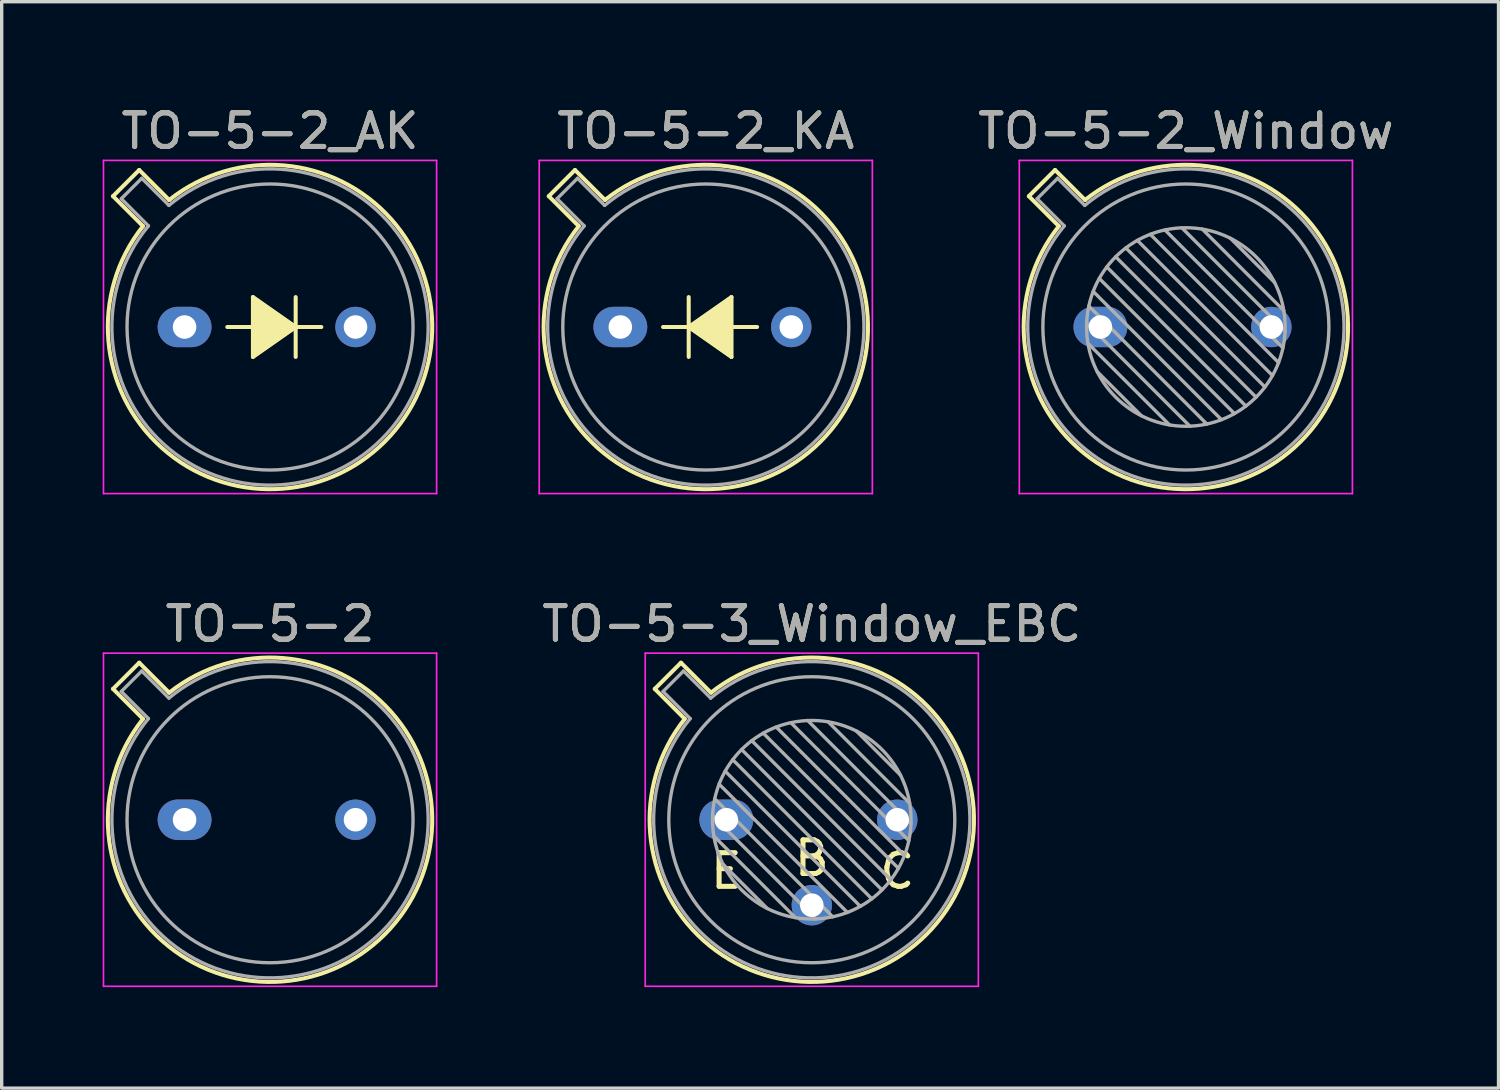
<source format=kicad_pcb>
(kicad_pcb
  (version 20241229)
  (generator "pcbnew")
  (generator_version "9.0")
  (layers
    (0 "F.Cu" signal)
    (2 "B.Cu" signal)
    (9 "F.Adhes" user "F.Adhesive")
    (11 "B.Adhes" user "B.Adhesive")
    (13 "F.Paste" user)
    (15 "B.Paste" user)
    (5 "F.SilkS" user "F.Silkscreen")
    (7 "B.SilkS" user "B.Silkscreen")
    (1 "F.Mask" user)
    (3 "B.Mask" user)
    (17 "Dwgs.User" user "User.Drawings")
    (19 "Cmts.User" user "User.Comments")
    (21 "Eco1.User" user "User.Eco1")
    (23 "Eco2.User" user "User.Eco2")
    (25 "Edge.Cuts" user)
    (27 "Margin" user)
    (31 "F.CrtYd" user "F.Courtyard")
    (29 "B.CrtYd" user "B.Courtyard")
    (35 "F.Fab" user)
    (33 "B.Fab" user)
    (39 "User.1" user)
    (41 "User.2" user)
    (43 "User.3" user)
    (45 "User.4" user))
  (footprint "TO-5-3_Window_EBC"
    (layer "F.Cu")
    (at 18.535 21.311)
    (property "Reference" "TO-5-3_Window_EBC" (at 2.54 -5.82 0) (layer "F.SilkS") (effects (font (size 1 1) (thickness 0.15))))
    (fp_line (start -2.126 -3.888) (end -1.235 -2.997) (stroke (width 0.12) (type solid)) (layer "F.SilkS"))
    (fp_line (start -1.348 -4.666) (end -2.126 -3.888) (stroke (width 0.12) (type solid)) (layer "F.SilkS"))
    (fp_line (start -0.457 -3.775) (end -1.348 -4.666) (stroke (width 0.12) (type solid)) (layer "F.SilkS"))
    (fp_arc (start -0.457084 -3.774902) (mid 5.948125 3.408384) (end -1.234674 -2.997371) (stroke (width 0.12) (type solid)) (layer "F.SilkS"))
    (fp_line (start -2.41 -4.95) (end -2.41 4.95) (stroke (width 0.05) (type solid)) (layer "F.CrtYd"))
    (fp_line (start -2.41 4.95) (end 7.49 4.95) (stroke (width 0.05) (type solid)) (layer "F.CrtYd"))
    (fp_line (start 7.49 -4.95) (end -2.41 -4.95) (stroke (width 0.05) (type solid)) (layer "F.CrtYd"))
    (fp_line (start 7.49 4.95) (end 7.49 -4.95) (stroke (width 0.05) (type solid)) (layer "F.CrtYd"))
    (fp_line (start -1.88 -3.812) (end -1.074 -3.005) (stroke (width 0.1) (type solid)) (layer "F.Fab"))
    (fp_line (start -1.272 -4.42) (end -1.88 -3.812) (stroke (width 0.1) (type solid)) (layer "F.Fab"))
    (fp_line (start -0.465 -3.614) (end -1.272 -4.42) (stroke (width 0.1) (type solid)) (layer "F.Fab"))
    (fp_line (start -0.408 -0.12) (end 2.66 2.948) (stroke (width 0.1) (type solid)) (layer "F.Fab"))
    (fp_line (start -0.371 0.485) (end 2.055 2.911) (stroke (width 0.1) (type solid)) (layer "F.Fab"))
    (fp_line (start -0.344 -0.622) (end 3.162 2.884) (stroke (width 0.1) (type solid)) (layer "F.Fab"))
    (fp_line (start -0.215 -1.058) (end 3.598 2.755) (stroke (width 0.1) (type solid)) (layer "F.Fab"))
    (fp_line (start -0.097 1.324) (end 1.216 2.637) (stroke (width 0.1) (type solid)) (layer "F.Fab"))
    (fp_line (start -0.034 -1.443) (end 3.983 2.574) (stroke (width 0.1) (type solid)) (layer "F.Fab"))
    (fp_line (start 0.19 -1.784) (end 4.324 2.35) (stroke (width 0.1) (type solid)) (layer "F.Fab"))
    (fp_line (start 0.454 -2.086) (end 4.626 2.086) (stroke (width 0.1) (type solid)) (layer "F.Fab"))
    (fp_line (start 0.756 -2.35) (end 4.89 1.784) (stroke (width 0.1) (type solid)) (layer "F.Fab"))
    (fp_line (start 1.097 -2.574) (end 5.114 1.443) (stroke (width 0.1) (type solid)) (layer "F.Fab"))
    (fp_line (start 1.482 -2.755) (end 5.295 1.058) (stroke (width 0.1) (type solid)) (layer "F.Fab"))
    (fp_line (start 1.918 -2.884) (end 5.424 0.622) (stroke (width 0.1) (type solid)) (layer "F.Fab"))
    (fp_line (start 2.42 -2.948) (end 5.488 0.12) (stroke (width 0.1) (type solid)) (layer "F.Fab"))
    (fp_line (start 3.025 -2.911) (end 5.451 -0.485) (stroke (width 0.1) (type solid)) (layer "F.Fab"))
    (fp_line (start 3.864 -2.637) (end 5.177 -1.324) (stroke (width 0.1) (type solid)) (layer "F.Fab"))
    (fp_arc (start -0.465408 -3.61352) (mid 5.863443 3.323361) (end -1.073594 -3.005319) (stroke (width 0.1) (type solid)) (layer "F.Fab"))
    (fp_circle (center 2.54 0) (end 5.49 0) (stroke (width 0.1) (type solid)) (fill no) (layer "F.Fab"))
    (fp_circle (center 2.54 0) (end 6.79 0) (stroke (width 0.1) (type solid)) (fill no) (layer "F.Fab"))
    (fp_text user "B" (at 2.54 1.143 0) (unlocked yes) (layer "F.SilkS") (effects (font (size 1 1) (thickness 0.15))))
    (fp_text user "E" (at 0 1.524 0) (unlocked yes) (layer "F.SilkS") (effects (font (size 1 1) (thickness 0.15))))
    (fp_text user "C" (at 5.08 1.524 0) (unlocked yes) (layer "F.SilkS") (effects (font (size 1 1) (thickness 0.15))))
    (fp_text user "${REFERENCE}" (at 2.54 -5.82 0) (layer "F.Fab") (effects (font (size 1 1) (thickness 0.15))))
    (pad "1" thru_hole oval (at 0 0) (size 1.6 1.2) (drill 0.7) (layers "*.Cu" "*.Mask"))
    (pad "2" thru_hole oval (at 2.54 2.54) (size 1.2 1.2) (drill 0.7) (layers "*.Cu" "*.Mask"))
    (pad "3" thru_hole oval (at 5.08 0) (size 1.2 1.2) (drill 0.7) (layers "*.Cu" "*.Mask")))
  (footprint "TO-5-2_Window"
    (layer "F.Cu")
    (at 29.652 6.668)
    (property "Reference" "TO-5-2_Window" (at 2.54 -5.82 0) (layer "F.SilkS") (effects (font (size 1 1) (thickness 0.15))))
    (attr through_hole)
    (fp_line (start -2.126 -3.888) (end -1.235 -2.997) (stroke (width 0.12) (type solid)) (layer "F.SilkS"))
    (fp_line (start -1.348 -4.666) (end -2.126 -3.888) (stroke (width 0.12) (type solid)) (layer "F.SilkS"))
    (fp_line (start -0.457 -3.775) (end -1.348 -4.666) (stroke (width 0.12) (type solid)) (layer "F.SilkS"))
    (fp_arc (start -0.457084 -3.774902) (mid 5.948125 3.408384) (end -1.234674 -2.997371) (stroke (width 0.12) (type solid)) (layer "F.SilkS"))
    (fp_line (start -2.41 -4.95) (end -2.41 4.95) (stroke (width 0.05) (type solid)) (layer "F.CrtYd"))
    (fp_line (start -2.41 4.95) (end 7.49 4.95) (stroke (width 0.05) (type solid)) (layer "F.CrtYd"))
    (fp_line (start 7.49 -4.95) (end -2.41 -4.95) (stroke (width 0.05) (type solid)) (layer "F.CrtYd"))
    (fp_line (start 7.49 4.95) (end 7.49 -4.95) (stroke (width 0.05) (type solid)) (layer "F.CrtYd"))
    (fp_line (start -1.88 -3.812) (end -1.074 -3.005) (stroke (width 0.1) (type solid)) (layer "F.Fab"))
    (fp_line (start -1.272 -4.42) (end -1.88 -3.812) (stroke (width 0.1) (type solid)) (layer "F.Fab"))
    (fp_line (start -0.465 -3.614) (end -1.272 -4.42) (stroke (width 0.1) (type solid)) (layer "F.Fab"))
    (fp_line (start -0.408 -0.12) (end 2.66 2.948) (stroke (width 0.1) (type solid)) (layer "F.Fab"))
    (fp_line (start -0.371 0.485) (end 2.055 2.911) (stroke (width 0.1) (type solid)) (layer "F.Fab"))
    (fp_line (start -0.344 -0.622) (end 3.162 2.884) (stroke (width 0.1) (type solid)) (layer "F.Fab"))
    (fp_line (start -0.215 -1.058) (end 3.598 2.755) (stroke (width 0.1) (type solid)) (layer "F.Fab"))
    (fp_line (start -0.097 1.324) (end 1.216 2.637) (stroke (width 0.1) (type solid)) (layer "F.Fab"))
    (fp_line (start -0.034 -1.443) (end 3.983 2.574) (stroke (width 0.1) (type solid)) (layer "F.Fab"))
    (fp_line (start 0.19 -1.784) (end 4.324 2.35) (stroke (width 0.1) (type solid)) (layer "F.Fab"))
    (fp_line (start 0.454 -2.086) (end 4.626 2.086) (stroke (width 0.1) (type solid)) (layer "F.Fab"))
    (fp_line (start 0.756 -2.35) (end 4.89 1.784) (stroke (width 0.1) (type solid)) (layer "F.Fab"))
    (fp_line (start 1.097 -2.574) (end 5.114 1.443) (stroke (width 0.1) (type solid)) (layer "F.Fab"))
    (fp_line (start 1.482 -2.755) (end 5.295 1.058) (stroke (width 0.1) (type solid)) (layer "F.Fab"))
    (fp_line (start 1.918 -2.884) (end 5.424 0.622) (stroke (width 0.1) (type solid)) (layer "F.Fab"))
    (fp_line (start 2.42 -2.948) (end 5.488 0.12) (stroke (width 0.1) (type solid)) (layer "F.Fab"))
    (fp_line (start 3.025 -2.911) (end 5.451 -0.485) (stroke (width 0.1) (type solid)) (layer "F.Fab"))
    (fp_line (start 3.864 -2.637) (end 5.177 -1.324) (stroke (width 0.1) (type solid)) (layer "F.Fab"))
    (fp_arc (start -0.465408 -3.61352) (mid 5.863443 3.323361) (end -1.073594 -3.005319) (stroke (width 0.1) (type solid)) (layer "F.Fab"))
    (fp_circle (center 2.54 0) (end 5.49 0) (stroke (width 0.1) (type solid)) (fill no) (layer "F.Fab"))
    (fp_circle (center 2.54 0) (end 6.79 0) (stroke (width 0.1) (type solid)) (fill no) (layer "F.Fab"))
    (fp_text user "${REFERENCE}" (at 2.54 -5.82 0) (layer "F.Fab") (effects (font (size 1 1) (thickness 0.15))))
    (pad "1" thru_hole oval (at 0 0) (size 1.6 1.2) (drill 0.7) (layers "*.Cu" "*.Mask"))
    (pad "2" thru_hole oval (at 5.08 0) (size 1.2 1.2) (drill 0.7) (layers "*.Cu" "*.Mask")))
  (footprint "TO-5-2_KA"
    (layer "F.Cu")
    (at 15.385 6.668)
    (property "Reference" "TO-5-2_KA" (at 2.54 -5.82 0) (layer "F.SilkS") (effects (font (size 1 1) (thickness 0.15))))
    (attr through_hole)
    (fp_line (start -2.126 -3.888) (end -1.235 -2.997) (stroke (width 0.12) (type solid)) (layer "F.SilkS"))
    (fp_line (start -1.348 -4.666) (end -2.126 -3.888) (stroke (width 0.12) (type solid)) (layer "F.SilkS"))
    (fp_line (start -0.457 -3.775) (end -1.348 -4.666) (stroke (width 0.12) (type solid)) (layer "F.SilkS"))
    (fp_line (start 2.032 0) (end 1.27 0) (stroke (width 0.12) (type solid)) (layer "F.SilkS"))
    (fp_line (start 2.032 0) (end 3.302 -0.889) (stroke (width 0.12) (type solid)) (layer "F.SilkS"))
    (fp_line (start 2.032 0.889) (end 2.032 -0.889) (stroke (width 0.12) (type solid)) (layer "F.SilkS"))
    (fp_line (start 3.302 -0.889) (end 3.302 0.889) (stroke (width 0.12) (type solid)) (layer "F.SilkS"))
    (fp_line (start 3.302 0.889) (end 2.032 0) (stroke (width 0.12) (type solid)) (layer "F.SilkS"))
    (fp_line (start 4.064 0) (end 3.302 0) (stroke (width 0.12) (type solid)) (layer "F.SilkS"))
    (fp_arc (start -0.457084 -3.774902) (mid 5.948125 3.408384) (end -1.234674 -2.997371) (stroke (width 0.12) (type solid)) (layer "F.SilkS"))
    (fp_poly (pts (xy 3.302 0.889) (xy 2.032 0) (xy 3.302 -0.889)) (stroke (width 0.1) (type solid)) (fill yes) (layer "F.SilkS"))
    (fp_line (start -2.41 -4.95) (end -2.41 4.95) (stroke (width 0.05) (type solid)) (layer "F.CrtYd"))
    (fp_line (start -2.41 4.95) (end 7.49 4.95) (stroke (width 0.05) (type solid)) (layer "F.CrtYd"))
    (fp_line (start 7.49 -4.95) (end -2.41 -4.95) (stroke (width 0.05) (type solid)) (layer "F.CrtYd"))
    (fp_line (start 7.49 4.95) (end 7.49 -4.95) (stroke (width 0.05) (type solid)) (layer "F.CrtYd"))
    (fp_line (start -1.88 -3.812) (end -1.074 -3.005) (stroke (width 0.1) (type solid)) (layer "F.Fab"))
    (fp_line (start -1.272 -4.42) (end -1.88 -3.812) (stroke (width 0.1) (type solid)) (layer "F.Fab"))
    (fp_line (start -0.465 -3.614) (end -1.272 -4.42) (stroke (width 0.1) (type solid)) (layer "F.Fab"))
    (fp_arc (start -0.465408 -3.61352) (mid 5.863443 3.323361) (end -1.073594 -3.005319) (stroke (width 0.1) (type solid)) (layer "F.Fab"))
    (fp_circle (center 2.54 0) (end 6.79 0) (stroke (width 0.1) (type solid)) (fill no) (layer "F.Fab"))
    (fp_text user "${REFERENCE}" (at 2.54 -5.82 0) (layer "F.Fab") (effects (font (size 1 1) (thickness 0.15))))
    (pad "1" thru_hole oval (at 0 0) (size 1.6 1.2) (drill 0.7) (layers "*.Cu" "*.Mask"))
    (pad "2" thru_hole oval (at 5.08 0) (size 1.2 1.2) (drill 0.7) (layers "*.Cu" "*.Mask")))
  (footprint "TO-5-2_AK"
    (layer "F.Cu")
    (at 2.435 6.668)
    (property "Reference" "TO-5-2_AK" (at 2.54 -5.82 0) (layer "F.SilkS") (effects (font (size 1 1) (thickness 0.15))))
    (attr through_hole)
    (fp_line (start -2.126 -3.888) (end -1.235 -2.997) (stroke (width 0.12) (type solid)) (layer "F.SilkS"))
    (fp_line (start -1.348 -4.666) (end -2.126 -3.888) (stroke (width 0.12) (type solid)) (layer "F.SilkS"))
    (fp_line (start -0.457 -3.775) (end -1.348 -4.666) (stroke (width 0.12) (type solid)) (layer "F.SilkS"))
    (fp_line (start 1.27 0) (end 2.032 0) (stroke (width 0.12) (type solid)) (layer "F.SilkS"))
    (fp_line (start 2.032 -0.889) (end 3.302 0) (stroke (width 0.12) (type solid)) (layer "F.SilkS"))
    (fp_line (start 2.032 0.889) (end 2.032 -0.889) (stroke (width 0.12) (type solid)) (layer "F.SilkS"))
    (fp_line (start 3.302 -0.889) (end 3.302 0.889) (stroke (width 0.12) (type solid)) (layer "F.SilkS"))
    (fp_line (start 3.302 0) (end 2.032 0.889) (stroke (width 0.12) (type solid)) (layer "F.SilkS"))
    (fp_line (start 3.302 0) (end 4.064 0) (stroke (width 0.12) (type solid)) (layer "F.SilkS"))
    (fp_arc (start -0.457084 -3.774902) (mid 5.948125 3.408384) (end -1.234674 -2.997371) (stroke (width 0.12) (type solid)) (layer "F.SilkS"))
    (fp_poly (pts (xy 3.302 0) (xy 2.032 0.889) (xy 2.032 -0.889)) (stroke (width 0.1) (type solid)) (fill yes) (layer "F.SilkS"))
    (fp_line (start -2.41 -4.95) (end -2.41 4.95) (stroke (width 0.05) (type solid)) (layer "F.CrtYd"))
    (fp_line (start -2.41 4.95) (end 7.49 4.95) (stroke (width 0.05) (type solid)) (layer "F.CrtYd"))
    (fp_line (start 7.49 -4.95) (end -2.41 -4.95) (stroke (width 0.05) (type solid)) (layer "F.CrtYd"))
    (fp_line (start 7.49 4.95) (end 7.49 -4.95) (stroke (width 0.05) (type solid)) (layer "F.CrtYd"))
    (fp_line (start -1.88 -3.812) (end -1.074 -3.005) (stroke (width 0.1) (type solid)) (layer "F.Fab"))
    (fp_line (start -1.272 -4.42) (end -1.88 -3.812) (stroke (width 0.1) (type solid)) (layer "F.Fab"))
    (fp_line (start -0.465 -3.614) (end -1.272 -4.42) (stroke (width 0.1) (type solid)) (layer "F.Fab"))
    (fp_arc (start -0.465408 -3.61352) (mid 5.863443 3.323361) (end -1.073594 -3.005319) (stroke (width 0.1) (type solid)) (layer "F.Fab"))
    (fp_circle (center 2.54 0) (end 6.79 0) (stroke (width 0.1) (type solid)) (fill no) (layer "F.Fab"))
    (fp_text user "${REFERENCE}" (at 2.54 -5.82 0) (layer "F.Fab") (effects (font (size 1 1) (thickness 0.15))))
    (pad "1" thru_hole oval (at 0 0) (size 1.6 1.2) (drill 0.7) (layers "*.Cu" "*.Mask"))
    (pad "2" thru_hole oval (at 5.08 0) (size 1.2 1.2) (drill 0.7) (layers "*.Cu" "*.Mask")))
  (footprint "TO-5-2"
    (layer "F.Cu")
    (at 2.435 21.311)
    (property "Reference" "TO-5-2" (at 2.54 -5.82 0) (layer "F.SilkS") (effects (font (size 1 1) (thickness 0.15))))
    (attr through_hole)
    (fp_line (start -2.126 -3.888) (end -1.235 -2.997) (stroke (width 0.12) (type solid)) (layer "F.SilkS"))
    (fp_line (start -1.348 -4.666) (end -2.126 -3.888) (stroke (width 0.12) (type solid)) (layer "F.SilkS"))
    (fp_line (start -0.457 -3.775) (end -1.348 -4.666) (stroke (width 0.12) (type solid)) (layer "F.SilkS"))
    (fp_arc (start -0.457084 -3.774902) (mid 5.948125 3.408384) (end -1.234674 -2.997371) (stroke (width 0.12) (type solid)) (layer "F.SilkS"))
    (fp_line (start -2.41 -4.95) (end -2.41 4.95) (stroke (width 0.05) (type solid)) (layer "F.CrtYd"))
    (fp_line (start -2.41 4.95) (end 7.49 4.95) (stroke (width 0.05) (type solid)) (layer "F.CrtYd"))
    (fp_line (start 7.49 -4.95) (end -2.41 -4.95) (stroke (width 0.05) (type solid)) (layer "F.CrtYd"))
    (fp_line (start 7.49 4.95) (end 7.49 -4.95) (stroke (width 0.05) (type solid)) (layer "F.CrtYd"))
    (fp_line (start -1.88 -3.812) (end -1.074 -3.005) (stroke (width 0.1) (type solid)) (layer "F.Fab"))
    (fp_line (start -1.272 -4.42) (end -1.88 -3.812) (stroke (width 0.1) (type solid)) (layer "F.Fab"))
    (fp_line (start -0.465 -3.614) (end -1.272 -4.42) (stroke (width 0.1) (type solid)) (layer "F.Fab"))
    (fp_arc (start -0.465408 -3.61352) (mid 5.863443 3.323361) (end -1.073594 -3.005319) (stroke (width 0.1) (type solid)) (layer "F.Fab"))
    (fp_circle (center 2.54 0) (end 6.79 0) (stroke (width 0.1) (type solid)) (fill no) (layer "F.Fab"))
    (fp_text user "${REFERENCE}" (at 2.54 -5.82 0) (layer "F.Fab") (effects (font (size 1 1) (thickness 0.15))))
    (pad "1" thru_hole oval (at 0 0) (size 1.6 1.2) (drill 0.7) (layers "*.Cu" "*.Mask"))
    (pad "2" thru_hole oval (at 5.08 0) (size 1.2 1.2) (drill 0.7) (layers "*.Cu" "*.Mask")))
  (gr_rect
    (start -3 -3)
    (end 41.483 29.287)
    (stroke (width 0.1) (type default))
    (fill no)
    (layer "Edge.Cuts")))
</source>
